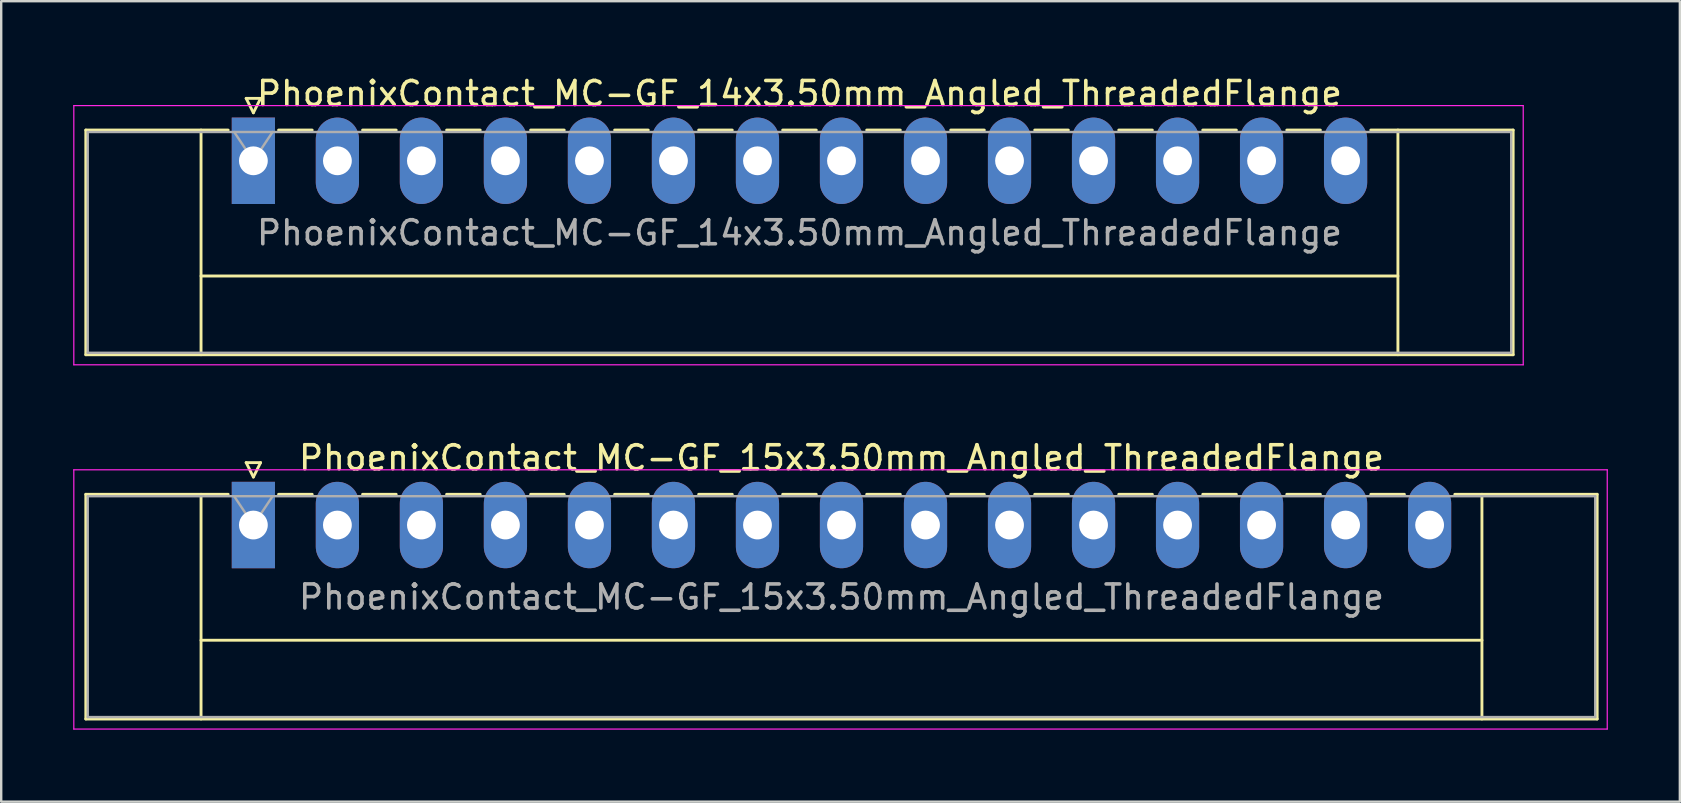
<source format=kicad_pcb>
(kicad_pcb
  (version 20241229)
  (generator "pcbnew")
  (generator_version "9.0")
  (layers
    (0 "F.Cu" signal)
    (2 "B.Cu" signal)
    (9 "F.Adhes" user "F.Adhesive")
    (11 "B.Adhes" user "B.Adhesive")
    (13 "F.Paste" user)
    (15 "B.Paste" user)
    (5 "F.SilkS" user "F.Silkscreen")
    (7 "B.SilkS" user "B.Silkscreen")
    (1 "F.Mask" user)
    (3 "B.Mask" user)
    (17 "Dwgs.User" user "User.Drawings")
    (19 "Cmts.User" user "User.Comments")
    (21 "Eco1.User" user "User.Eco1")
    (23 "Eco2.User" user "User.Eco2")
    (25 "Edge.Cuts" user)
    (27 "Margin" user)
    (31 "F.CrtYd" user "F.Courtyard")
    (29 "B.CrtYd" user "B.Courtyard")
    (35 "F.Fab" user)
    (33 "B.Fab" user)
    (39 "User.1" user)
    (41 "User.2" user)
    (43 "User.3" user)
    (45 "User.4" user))
  (footprint "PhoenixContact_MC-GF_15x3.50mm_Angled_ThreadedFlange"
    (layer "F.Cu")
    (at 7.505 18.822)
    (property "Reference" "PhoenixContact_MC-GF_15x3.50mm_Angled_ThreadedFlange" (at 24.5 -2.8 0) (layer "F.SilkS") (effects (font (size 1 1) (thickness 0.15))))
    (attr through_hole)
    (fp_line (start -6.98 -1.28) (end -6.98 8.08) (stroke (width 0.12) (type solid)) (layer "F.SilkS"))
    (fp_line (start -6.98 -1.28) (end -1.05 -1.28) (stroke (width 0.12) (type solid)) (layer "F.SilkS"))
    (fp_line (start -6.98 8.08) (end 55.98 8.08) (stroke (width 0.12) (type solid)) (layer "F.SilkS"))
    (fp_line (start -2.18 -1.28) (end -2.18 8.08) (stroke (width 0.12) (type solid)) (layer "F.SilkS"))
    (fp_line (start -2.18 4.8) (end 51.18 4.8) (stroke (width 0.12) (type solid)) (layer "F.SilkS"))
    (fp_line (start -0.3 -2.6) (end 0.3 -2.6) (stroke (width 0.12) (type solid)) (layer "F.SilkS"))
    (fp_line (start 0 -2) (end -0.3 -2.6) (stroke (width 0.12) (type solid)) (layer "F.SilkS"))
    (fp_line (start 0.3 -2.6) (end 0 -2) (stroke (width 0.12) (type solid)) (layer "F.SilkS"))
    (fp_line (start 1.05 -1.28) (end 2.45 -1.28) (stroke (width 0.12) (type solid)) (layer "F.SilkS"))
    (fp_line (start 4.55 -1.28) (end 5.95 -1.28) (stroke (width 0.12) (type solid)) (layer "F.SilkS"))
    (fp_line (start 8.05 -1.28) (end 9.45 -1.28) (stroke (width 0.12) (type solid)) (layer "F.SilkS"))
    (fp_line (start 11.55 -1.28) (end 12.95 -1.28) (stroke (width 0.12) (type solid)) (layer "F.SilkS"))
    (fp_line (start 15.05 -1.28) (end 16.45 -1.28) (stroke (width 0.12) (type solid)) (layer "F.SilkS"))
    (fp_line (start 18.55 -1.28) (end 19.95 -1.28) (stroke (width 0.12) (type solid)) (layer "F.SilkS"))
    (fp_line (start 22.05 -1.28) (end 23.45 -1.28) (stroke (width 0.12) (type solid)) (layer "F.SilkS"))
    (fp_line (start 25.55 -1.28) (end 26.95 -1.28) (stroke (width 0.12) (type solid)) (layer "F.SilkS"))
    (fp_line (start 29.05 -1.28) (end 30.45 -1.28) (stroke (width 0.12) (type solid)) (layer "F.SilkS"))
    (fp_line (start 32.55 -1.28) (end 33.95 -1.28) (stroke (width 0.12) (type solid)) (layer "F.SilkS"))
    (fp_line (start 36.05 -1.28) (end 37.45 -1.28) (stroke (width 0.12) (type solid)) (layer "F.SilkS"))
    (fp_line (start 39.55 -1.28) (end 40.95 -1.28) (stroke (width 0.12) (type solid)) (layer "F.SilkS"))
    (fp_line (start 43.05 -1.28) (end 44.45 -1.28) (stroke (width 0.12) (type solid)) (layer "F.SilkS"))
    (fp_line (start 46.55 -1.28) (end 47.95 -1.28) (stroke (width 0.12) (type solid)) (layer "F.SilkS"))
    (fp_line (start 51.18 -1.28) (end 51.18 8.08) (stroke (width 0.12) (type solid)) (layer "F.SilkS"))
    (fp_line (start 55.98 -1.28) (end 50.05 -1.28) (stroke (width 0.12) (type solid)) (layer "F.SilkS"))
    (fp_line (start 55.98 8.08) (end 55.98 -1.28) (stroke (width 0.12) (type solid)) (layer "F.SilkS"))
    (fp_line (start -7.48 -2.3) (end -7.48 8.5) (stroke (width 0.05) (type solid)) (layer "F.CrtYd"))
    (fp_line (start -7.48 8.5) (end 56.4 8.5) (stroke (width 0.05) (type solid)) (layer "F.CrtYd"))
    (fp_line (start 56.4 -2.3) (end -7.48 -2.3) (stroke (width 0.05) (type solid)) (layer "F.CrtYd"))
    (fp_line (start 56.4 8.5) (end 56.4 -2.3) (stroke (width 0.05) (type solid)) (layer "F.CrtYd"))
    (fp_line (start -6.9 -1.2) (end -6.9 8) (stroke (width 0.1) (type solid)) (layer "F.Fab"))
    (fp_line (start -6.9 8) (end 55.9 8) (stroke (width 0.1) (type solid)) (layer "F.Fab"))
    (fp_line (start 0 0) (end -0.8 -1.2) (stroke (width 0.1) (type solid)) (layer "F.Fab"))
    (fp_line (start 0.8 -1.2) (end 0 0) (stroke (width 0.1) (type solid)) (layer "F.Fab"))
    (fp_line (start 55.9 -1.2) (end -6.9 -1.2) (stroke (width 0.1) (type solid)) (layer "F.Fab"))
    (fp_line (start 55.9 8) (end 55.9 -1.2) (stroke (width 0.1) (type solid)) (layer "F.Fab"))
    (fp_text user "${REFERENCE}" (at 24.5 3 0) (layer "F.Fab") (effects (font (size 1 1) (thickness 0.15))))
    (pad "1" thru_hole rect (at 0 0) (size 1.8 3.6) (drill 1.2) (layers "*.Cu" "*.Mask"))
    (pad "2" thru_hole oval (at 3.5 0) (size 1.8 3.6) (drill 1.2) (layers "*.Cu" "*.Mask"))
    (pad "3" thru_hole oval (at 7 0) (size 1.8 3.6) (drill 1.2) (layers "*.Cu" "*.Mask"))
    (pad "4" thru_hole oval (at 10.5 0) (size 1.8 3.6) (drill 1.2) (layers "*.Cu" "*.Mask"))
    (pad "5" thru_hole oval (at 14 0) (size 1.8 3.6) (drill 1.2) (layers "*.Cu" "*.Mask"))
    (pad "6" thru_hole oval (at 17.5 0) (size 1.8 3.6) (drill 1.2) (layers "*.Cu" "*.Mask"))
    (pad "7" thru_hole oval (at 21 0) (size 1.8 3.6) (drill 1.2) (layers "*.Cu" "*.Mask"))
    (pad "8" thru_hole oval (at 24.5 0) (size 1.8 3.6) (drill 1.2) (layers "*.Cu" "*.Mask"))
    (pad "9" thru_hole oval (at 28 0) (size 1.8 3.6) (drill 1.2) (layers "*.Cu" "*.Mask"))
    (pad "10" thru_hole oval (at 31.5 0) (size 1.8 3.6) (drill 1.2) (layers "*.Cu" "*.Mask"))
    (pad "11" thru_hole oval (at 35 0) (size 1.8 3.6) (drill 1.2) (layers "*.Cu" "*.Mask"))
    (pad "12" thru_hole oval (at 38.5 0) (size 1.8 3.6) (drill 1.2) (layers "*.Cu" "*.Mask"))
    (pad "13" thru_hole oval (at 42 0) (size 1.8 3.6) (drill 1.2) (layers "*.Cu" "*.Mask"))
    (pad "14" thru_hole oval (at 45.5 0) (size 1.8 3.6) (drill 1.2) (layers "*.Cu" "*.Mask"))
    (pad "15" thru_hole oval (at 49 0) (size 1.8 3.6) (drill 1.2) (layers "*.Cu" "*.Mask")))
  (footprint "PhoenixContact_MC-GF_14x3.50mm_Angled_ThreadedFlange"
    (layer "F.Cu")
    (at 7.505 3.648)
    (property "Reference" "PhoenixContact_MC-GF_14x3.50mm_Angled_ThreadedFlange" (at 22.75 -2.8 0) (layer "F.SilkS") (effects (font (size 1 1) (thickness 0.15))))
    (attr through_hole)
    (fp_line (start -6.98 -1.28) (end -6.98 8.08) (stroke (width 0.12) (type solid)) (layer "F.SilkS"))
    (fp_line (start -6.98 -1.28) (end -1.05 -1.28) (stroke (width 0.12) (type solid)) (layer "F.SilkS"))
    (fp_line (start -6.98 8.08) (end 52.48 8.08) (stroke (width 0.12) (type solid)) (layer "F.SilkS"))
    (fp_line (start -2.18 -1.28) (end -2.18 8.08) (stroke (width 0.12) (type solid)) (layer "F.SilkS"))
    (fp_line (start -2.18 4.8) (end 47.68 4.8) (stroke (width 0.12) (type solid)) (layer "F.SilkS"))
    (fp_line (start -0.3 -2.6) (end 0.3 -2.6) (stroke (width 0.12) (type solid)) (layer "F.SilkS"))
    (fp_line (start 0 -2) (end -0.3 -2.6) (stroke (width 0.12) (type solid)) (layer "F.SilkS"))
    (fp_line (start 0.3 -2.6) (end 0 -2) (stroke (width 0.12) (type solid)) (layer "F.SilkS"))
    (fp_line (start 1.05 -1.28) (end 2.45 -1.28) (stroke (width 0.12) (type solid)) (layer "F.SilkS"))
    (fp_line (start 4.55 -1.28) (end 5.95 -1.28) (stroke (width 0.12) (type solid)) (layer "F.SilkS"))
    (fp_line (start 8.05 -1.28) (end 9.45 -1.28) (stroke (width 0.12) (type solid)) (layer "F.SilkS"))
    (fp_line (start 11.55 -1.28) (end 12.95 -1.28) (stroke (width 0.12) (type solid)) (layer "F.SilkS"))
    (fp_line (start 15.05 -1.28) (end 16.45 -1.28) (stroke (width 0.12) (type solid)) (layer "F.SilkS"))
    (fp_line (start 18.55 -1.28) (end 19.95 -1.28) (stroke (width 0.12) (type solid)) (layer "F.SilkS"))
    (fp_line (start 22.05 -1.28) (end 23.45 -1.28) (stroke (width 0.12) (type solid)) (layer "F.SilkS"))
    (fp_line (start 25.55 -1.28) (end 26.95 -1.28) (stroke (width 0.12) (type solid)) (layer "F.SilkS"))
    (fp_line (start 29.05 -1.28) (end 30.45 -1.28) (stroke (width 0.12) (type solid)) (layer "F.SilkS"))
    (fp_line (start 32.55 -1.28) (end 33.95 -1.28) (stroke (width 0.12) (type solid)) (layer "F.SilkS"))
    (fp_line (start 36.05 -1.28) (end 37.45 -1.28) (stroke (width 0.12) (type solid)) (layer "F.SilkS"))
    (fp_line (start 39.55 -1.28) (end 40.95 -1.28) (stroke (width 0.12) (type solid)) (layer "F.SilkS"))
    (fp_line (start 43.05 -1.28) (end 44.45 -1.28) (stroke (width 0.12) (type solid)) (layer "F.SilkS"))
    (fp_line (start 47.68 -1.28) (end 47.68 8.08) (stroke (width 0.12) (type solid)) (layer "F.SilkS"))
    (fp_line (start 52.48 -1.28) (end 46.55 -1.28) (stroke (width 0.12) (type solid)) (layer "F.SilkS"))
    (fp_line (start 52.48 8.08) (end 52.48 -1.28) (stroke (width 0.12) (type solid)) (layer "F.SilkS"))
    (fp_line (start -7.48 -2.3) (end -7.48 8.5) (stroke (width 0.05) (type solid)) (layer "F.CrtYd"))
    (fp_line (start -7.48 8.5) (end 52.9 8.5) (stroke (width 0.05) (type solid)) (layer "F.CrtYd"))
    (fp_line (start 52.9 -2.3) (end -7.48 -2.3) (stroke (width 0.05) (type solid)) (layer "F.CrtYd"))
    (fp_line (start 52.9 8.5) (end 52.9 -2.3) (stroke (width 0.05) (type solid)) (layer "F.CrtYd"))
    (fp_line (start -6.9 -1.2) (end -6.9 8) (stroke (width 0.1) (type solid)) (layer "F.Fab"))
    (fp_line (start -6.9 8) (end 52.4 8) (stroke (width 0.1) (type solid)) (layer "F.Fab"))
    (fp_line (start 0 0) (end -0.8 -1.2) (stroke (width 0.1) (type solid)) (layer "F.Fab"))
    (fp_line (start 0.8 -1.2) (end 0 0) (stroke (width 0.1) (type solid)) (layer "F.Fab"))
    (fp_line (start 52.4 -1.2) (end -6.9 -1.2) (stroke (width 0.1) (type solid)) (layer "F.Fab"))
    (fp_line (start 52.4 8) (end 52.4 -1.2) (stroke (width 0.1) (type solid)) (layer "F.Fab"))
    (fp_text user "${REFERENCE}" (at 22.75 3 0) (layer "F.Fab") (effects (font (size 1 1) (thickness 0.15))))
    (pad "1" thru_hole rect (at 0 0) (size 1.8 3.6) (drill 1.2) (layers "*.Cu" "*.Mask"))
    (pad "2" thru_hole oval (at 3.5 0) (size 1.8 3.6) (drill 1.2) (layers "*.Cu" "*.Mask"))
    (pad "3" thru_hole oval (at 7 0) (size 1.8 3.6) (drill 1.2) (layers "*.Cu" "*.Mask"))
    (pad "4" thru_hole oval (at 10.5 0) (size 1.8 3.6) (drill 1.2) (layers "*.Cu" "*.Mask"))
    (pad "5" thru_hole oval (at 14 0) (size 1.8 3.6) (drill 1.2) (layers "*.Cu" "*.Mask"))
    (pad "6" thru_hole oval (at 17.5 0) (size 1.8 3.6) (drill 1.2) (layers "*.Cu" "*.Mask"))
    (pad "7" thru_hole oval (at 21 0) (size 1.8 3.6) (drill 1.2) (layers "*.Cu" "*.Mask"))
    (pad "8" thru_hole oval (at 24.5 0) (size 1.8 3.6) (drill 1.2) (layers "*.Cu" "*.Mask"))
    (pad "9" thru_hole oval (at 28 0) (size 1.8 3.6) (drill 1.2) (layers "*.Cu" "*.Mask"))
    (pad "10" thru_hole oval (at 31.5 0) (size 1.8 3.6) (drill 1.2) (layers "*.Cu" "*.Mask"))
    (pad "11" thru_hole oval (at 35 0) (size 1.8 3.6) (drill 1.2) (layers "*.Cu" "*.Mask"))
    (pad "12" thru_hole oval (at 38.5 0) (size 1.8 3.6) (drill 1.2) (layers "*.Cu" "*.Mask"))
    (pad "13" thru_hole oval (at 42 0) (size 1.8 3.6) (drill 1.2) (layers "*.Cu" "*.Mask"))
    (pad "14" thru_hole oval (at 45.5 0) (size 1.8 3.6) (drill 1.2) (layers "*.Cu" "*.Mask")))
  (gr_rect
    (start -3 -3)
    (end 66.93 30.346)
    (stroke (width 0.1) (type default))
    (fill no)
    (layer "Edge.Cuts")))
</source>
